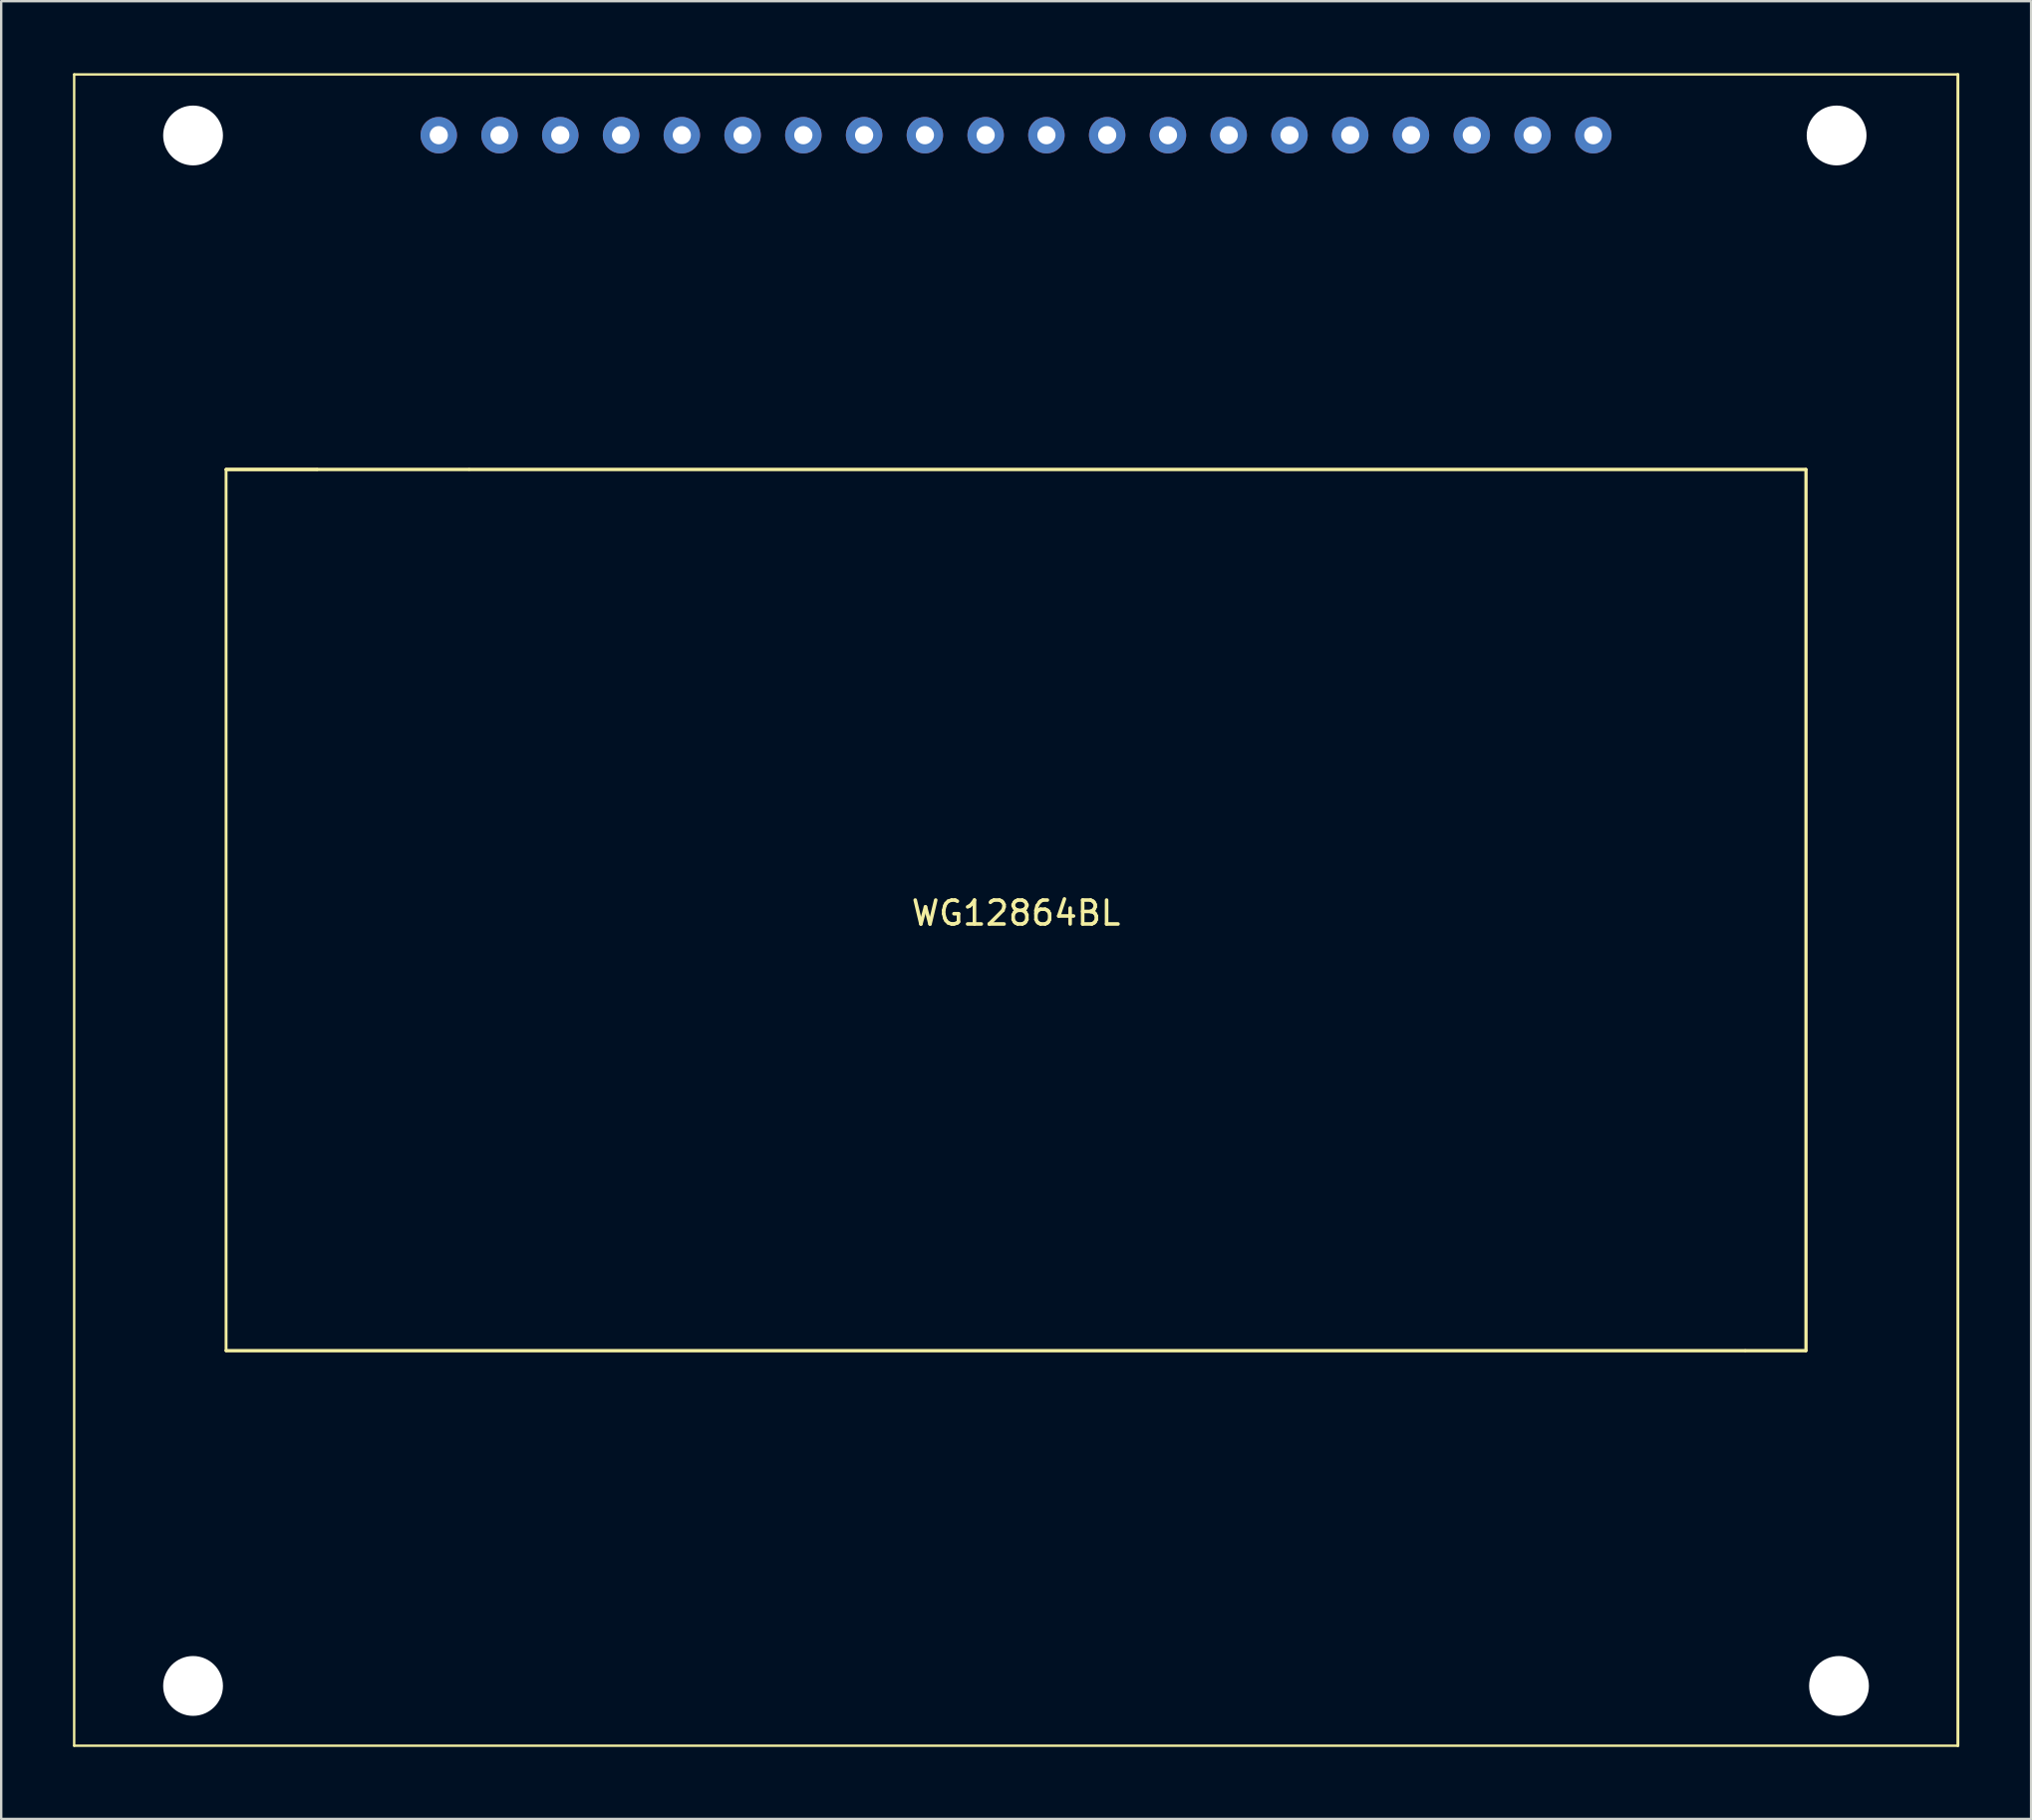
<source format=kicad_pcb>
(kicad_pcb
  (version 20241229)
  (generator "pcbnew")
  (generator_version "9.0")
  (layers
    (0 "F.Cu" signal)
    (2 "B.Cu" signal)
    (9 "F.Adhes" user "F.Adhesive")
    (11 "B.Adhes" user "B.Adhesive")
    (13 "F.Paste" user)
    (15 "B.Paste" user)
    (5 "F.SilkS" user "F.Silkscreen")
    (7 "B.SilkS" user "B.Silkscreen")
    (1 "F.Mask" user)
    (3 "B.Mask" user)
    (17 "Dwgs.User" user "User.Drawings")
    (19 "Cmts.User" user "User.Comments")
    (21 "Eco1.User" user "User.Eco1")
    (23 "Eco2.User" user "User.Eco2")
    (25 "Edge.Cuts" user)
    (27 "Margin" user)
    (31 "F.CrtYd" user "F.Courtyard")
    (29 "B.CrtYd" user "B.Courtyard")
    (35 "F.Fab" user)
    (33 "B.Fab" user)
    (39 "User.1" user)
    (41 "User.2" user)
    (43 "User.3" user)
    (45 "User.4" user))
  (footprint "WG12864BL"
    (layer "F.Cu")
    (at 39.42 35.112)
    (property "Reference" "WG12864BL" (at 0 0 0) (layer "F.SilkS") (effects (font (size 1 1) (thickness 0.15))))
    (attr through_hole)
    (fp_line (start -39.37 34.798) (end -39.37 -35.052) (stroke (width 0.1) (type default)) (layer "F.SilkS"))
    (fp_line (start -33.02 -18.542) (end -29.21 -18.542) (stroke (width 0.12) (type solid)) (layer "F.SilkS"))
    (fp_line (start -33.02 -18.542) (end 33.02 -18.542) (stroke (width 0.12) (type solid)) (layer "F.SilkS"))
    (fp_line (start -33.02 18.288) (end -33.02 -18.542) (stroke (width 0.12) (type solid)) (layer "F.SilkS"))
    (fp_line (start -33.02 18.288) (end 30.48 18.288) (stroke (width 0.12) (type solid)) (layer "F.SilkS"))
    (fp_line (start -29.21 -18.542) (end -33.02 -18.542) (stroke (width 0.12) (type solid)) (layer "F.SilkS"))
    (fp_line (start -29.21 -18.542) (end -22.86 -18.542) (stroke (width 0.12) (type solid)) (layer "F.SilkS"))
    (fp_line (start 30.48 18.288) (end 33.02 18.288) (stroke (width 0.12) (type solid)) (layer "F.SilkS"))
    (fp_line (start 33.02 -18.542) (end -22.86 -18.542) (stroke (width 0.12) (type solid)) (layer "F.SilkS"))
    (fp_line (start 33.02 -18.542) (end 33.02 18.288) (stroke (width 0.12) (type solid)) (layer "F.SilkS"))
    (fp_line (start 33.02 18.288) (end -33.02 18.288) (stroke (width 0.12) (type solid)) (layer "F.SilkS"))
    (fp_line (start 33.02 18.288) (end 33.02 -18.542) (stroke (width 0.12) (type solid)) (layer "F.SilkS"))
    (fp_line (start 39.37 -35.052) (end -39.37 -35.052) (stroke (width 0.1) (type default)) (layer "F.SilkS"))
    (fp_line (start 39.37 -35.052) (end 39.37 34.798) (stroke (width 0.12) (type solid)) (layer "F.SilkS"))
    (fp_line (start 39.37 34.798) (end -39.37 34.798) (stroke (width 0.1) (type default)) (layer "F.SilkS"))
    (pad "" np_thru_hole circle (at -34.4 -32.5) (size 2.5 2.5) (drill 2.6) (layers "*.Cu" "*.Mask"))
    (pad "" np_thru_hole circle (at -34.4 32.3) (size 2.5 2.5) (drill 2.6) (layers "*.Cu" "*.Mask"))
    (pad "" np_thru_hole circle (at 34.3 -32.5) (size 2.5 2.5) (drill 2.6) (layers "*.Cu" "*.Mask"))
    (pad "" np_thru_hole circle (at 34.4 32.3) (size 2.5 2.5) (drill 2.6) (layers "*.Cu" "*.Mask"))
    (pad "1" thru_hole circle (at -24.13 -32.512) (size 1.524 1.524) (drill 0.762) (layers "*.Cu" "*.Mask"))
    (pad "2" thru_hole circle (at -21.59 -32.512) (size 1.524 1.524) (drill 0.762) (layers "*.Cu" "*.Mask"))
    (pad "3" thru_hole circle (at -19.05 -32.512) (size 1.524 1.524) (drill 0.762) (layers "*.Cu" "*.Mask"))
    (pad "4" thru_hole circle (at -16.51 -32.512) (size 1.524 1.524) (drill 0.762) (layers "*.Cu" "*.Mask"))
    (pad "5" thru_hole circle (at -13.97 -32.512) (size 1.524 1.524) (drill 0.762) (layers "*.Cu" "*.Mask"))
    (pad "6" thru_hole circle (at -11.43 -32.512) (size 1.524 1.524) (drill 0.762) (layers "*.Cu" "*.Mask"))
    (pad "7" thru_hole circle (at -8.89 -32.512) (size 1.524 1.524) (drill 0.762) (layers "*.Cu" "*.Mask"))
    (pad "8" thru_hole circle (at -6.35 -32.512) (size 1.524 1.524) (drill 0.762) (layers "*.Cu" "*.Mask"))
    (pad "9" thru_hole circle (at -3.81 -32.512) (size 1.524 1.524) (drill 0.762) (layers "*.Cu" "*.Mask"))
    (pad "10" thru_hole circle (at -1.27 -32.512) (size 1.524 1.524) (drill 0.762) (layers "*.Cu" "*.Mask"))
    (pad "11" thru_hole circle (at 1.27 -32.512) (size 1.524 1.524) (drill 0.762) (layers "*.Cu" "*.Mask"))
    (pad "12" thru_hole circle (at 3.81 -32.512) (size 1.524 1.524) (drill 0.762) (layers "*.Cu" "*.Mask"))
    (pad "13" thru_hole circle (at 6.35 -32.512) (size 1.524 1.524) (drill 0.762) (layers "*.Cu" "*.Mask"))
    (pad "14" thru_hole circle (at 8.89 -32.512) (size 1.524 1.524) (drill 0.762) (layers "*.Cu" "*.Mask"))
    (pad "15" thru_hole circle (at 11.43 -32.512) (size 1.524 1.524) (drill 0.762) (layers "*.Cu" "*.Mask"))
    (pad "16" thru_hole circle (at 13.97 -32.512) (size 1.524 1.524) (drill 0.762) (layers "*.Cu" "*.Mask"))
    (pad "17" thru_hole circle (at 16.51 -32.512) (size 1.524 1.524) (drill 0.762) (layers "*.Cu" "*.Mask"))
    (pad "18" thru_hole circle (at 19.05 -32.512) (size 1.524 1.524) (drill 0.762) (layers "*.Cu" "*.Mask"))
    (pad "19" thru_hole circle (at 21.59 -32.512) (size 1.524 1.524) (drill 0.762) (layers "*.Cu" "*.Mask"))
    (pad "20" thru_hole circle (at 24.13 -32.512) (size 1.524 1.524) (drill 0.762) (layers "*.Cu" "*.Mask")))
  (gr_rect
    (start -3 -3)
    (end 81.85 72.97)
    (stroke (width 0.1) (type default))
    (fill no)
    (layer "Edge.Cuts")))
</source>
